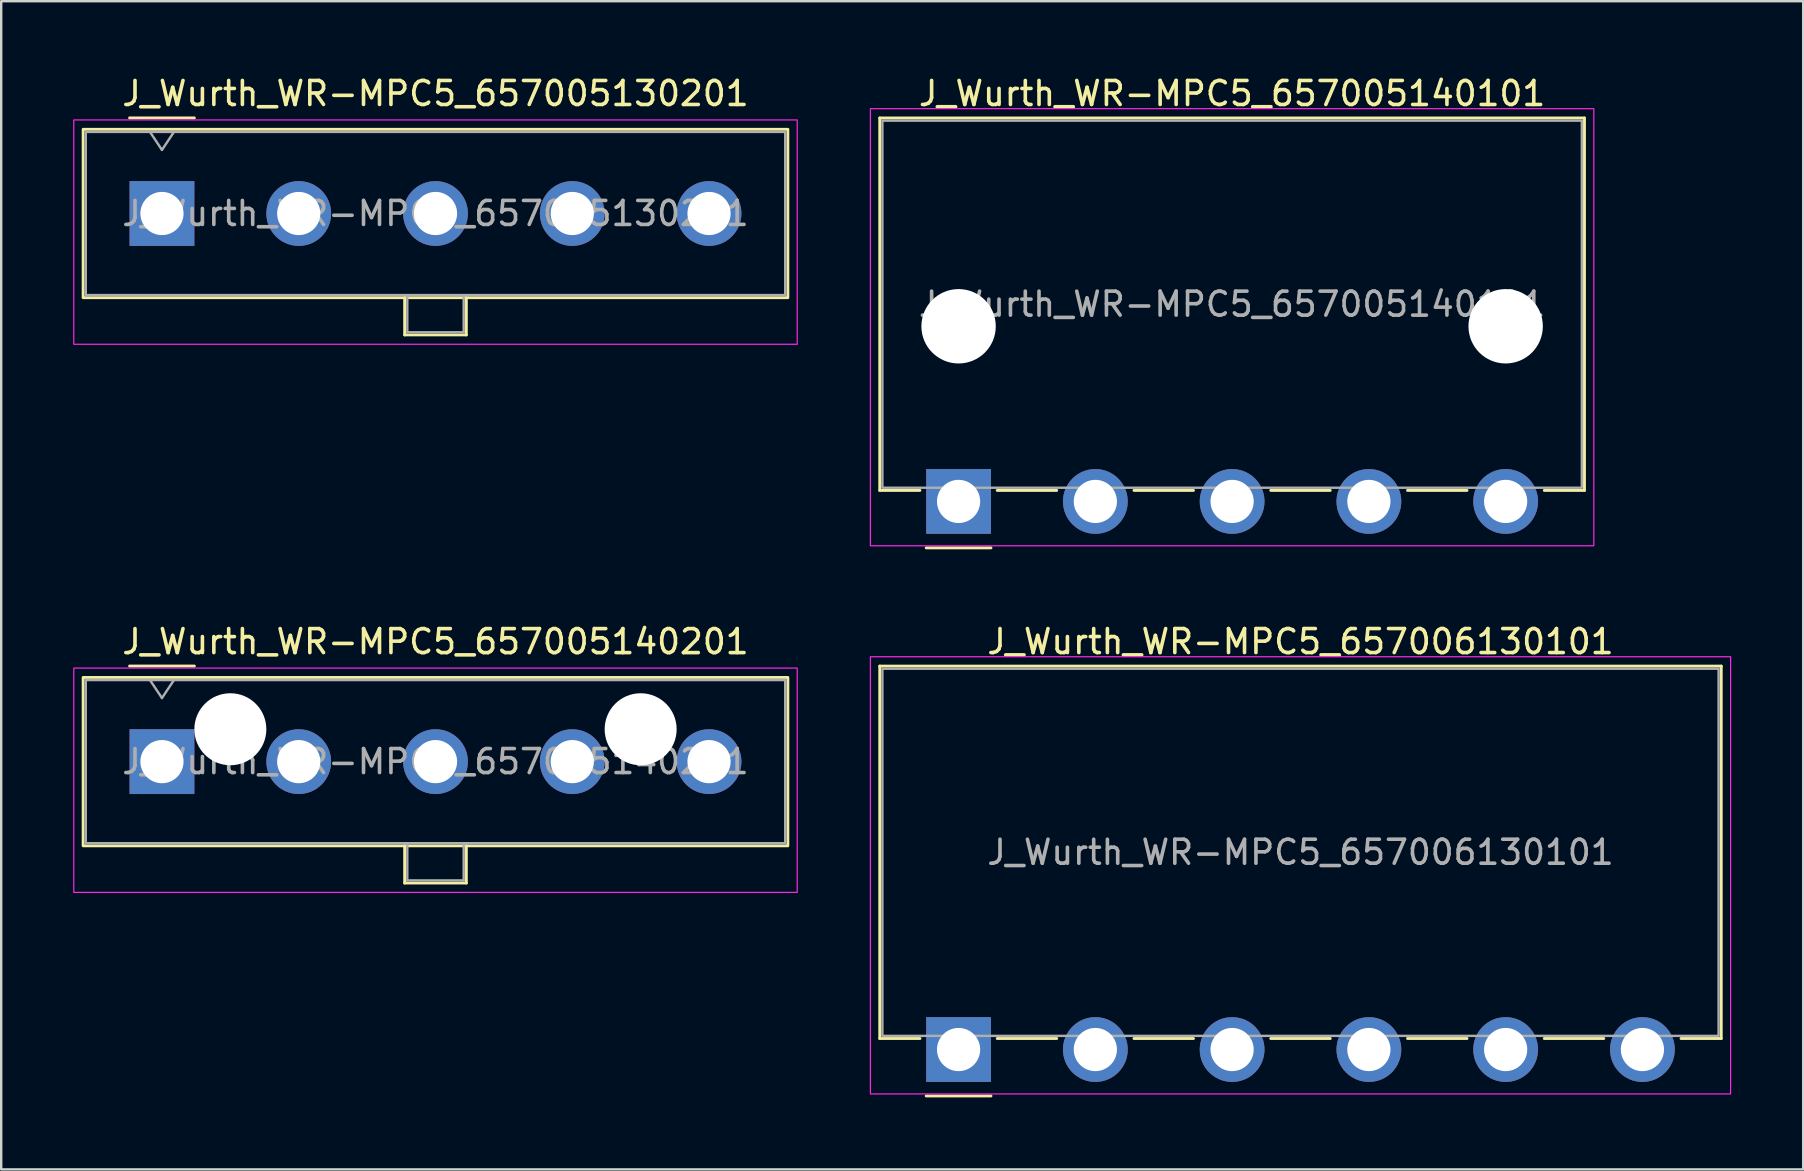
<source format=kicad_pcb>
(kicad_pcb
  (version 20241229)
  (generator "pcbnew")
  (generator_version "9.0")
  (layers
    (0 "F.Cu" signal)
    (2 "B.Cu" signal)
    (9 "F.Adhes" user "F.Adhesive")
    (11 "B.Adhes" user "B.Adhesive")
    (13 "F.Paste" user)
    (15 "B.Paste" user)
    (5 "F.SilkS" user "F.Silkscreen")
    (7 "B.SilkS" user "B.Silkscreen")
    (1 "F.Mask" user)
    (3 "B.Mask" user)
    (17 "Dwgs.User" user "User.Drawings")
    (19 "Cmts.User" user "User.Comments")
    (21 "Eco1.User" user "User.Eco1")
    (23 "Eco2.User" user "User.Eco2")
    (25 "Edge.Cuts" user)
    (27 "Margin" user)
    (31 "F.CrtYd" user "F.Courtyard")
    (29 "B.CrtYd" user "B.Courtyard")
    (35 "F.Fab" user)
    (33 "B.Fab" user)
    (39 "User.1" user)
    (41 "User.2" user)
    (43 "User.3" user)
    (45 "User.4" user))
  (footprint "J_Wurth_WR-MPC5_657005140101"
    (layer "F.Cu")
    (at 36.9 17.848)
    (property "Reference" "J_Wurth_WR-MPC5_657005140101" (at 11.4 -17 0) (unlocked yes) (layer "F.SilkS") (effects (font (size 1 1) (thickness 0.15))))
    (attr through_hole)
    (fp_line (start -3.285 -15.98) (end -3.285 -0.46) (stroke (width 0.12) (type solid)) (layer "F.SilkS"))
    (fp_line (start -3.285 -15.98) (end 26.085 -15.98) (stroke (width 0.12) (type solid)) (layer "F.SilkS"))
    (fp_line (start -1.61 -0.46) (end -3.285 -0.46) (stroke (width 0.12) (type solid)) (layer "F.SilkS"))
    (fp_line (start 1.35 1.935) (end -1.35 1.935) (stroke (width 0.12) (type solid)) (layer "F.SilkS"))
    (fp_line (start 4.09 -0.46) (end 1.61 -0.46) (stroke (width 0.12) (type solid)) (layer "F.SilkS"))
    (fp_line (start 9.79 -0.46) (end 7.31 -0.46) (stroke (width 0.12) (type solid)) (layer "F.SilkS"))
    (fp_line (start 15.49 -0.46) (end 13.01 -0.46) (stroke (width 0.12) (type solid)) (layer "F.SilkS"))
    (fp_line (start 21.19 -0.46) (end 18.71 -0.46) (stroke (width 0.12) (type solid)) (layer "F.SilkS"))
    (fp_line (start 24.41 -0.46) (end 26.085 -0.46) (stroke (width 0.12) (type solid)) (layer "F.SilkS"))
    (fp_line (start 26.085 -15.98) (end 26.085 -0.46) (stroke (width 0.12) (type solid)) (layer "F.SilkS"))
    (fp_rect (start -3.675 -16.37) (end 26.475 1.85) (stroke (width 0.05) (type solid)) (fill no) (layer "F.CrtYd"))
    (fp_line (start 0 0.18) (end -0.5 -0.57) (stroke (width 0.1) (type solid)) (layer "F.Fab"))
    (fp_line (start 0 0.18) (end 0.5 -0.57) (stroke (width 0.1) (type solid)) (layer "F.Fab"))
    (fp_rect (start -3.175 -15.87) (end 25.975 -0.57) (stroke (width 0.1) (type solid)) (fill no) (layer "F.Fab"))
    (fp_text user "${REFERENCE}" (at 11.4 -8.22 0) (unlocked yes) (layer "F.Fab") (effects (font (size 1 1) (thickness 0.15))))
    (pad "" np_thru_hole circle (at 0 -7.3) (size 3.1 3.1) (drill 3.1) (layers "*.Cu" "*.Mask"))
    (pad "" np_thru_hole circle (at 22.8 -7.3) (size 3.1 3.1) (drill 3.1) (layers "*.Cu" "*.Mask"))
    (pad "1" thru_hole rect (at 0 0 180) (size 2.7 2.7) (drill 1.8) (layers "*.Cu" "*.Mask"))
    (pad "2" thru_hole circle (at 5.7 0 180) (size 2.7 2.7) (drill 1.8) (layers "*.Cu" "*.Mask"))
    (pad "3" thru_hole circle (at 11.4 0 180) (size 2.7 2.7) (drill 1.8) (layers "*.Cu" "*.Mask"))
    (pad "4" thru_hole circle (at 17.1 0 180) (size 2.7 2.7) (drill 1.8) (layers "*.Cu" "*.Mask"))
    (pad "5" thru_hole circle (at 22.8 0 180) (size 2.7 2.7) (drill 1.8) (layers "*.Cu" "*.Mask")))
  (footprint "J_Wurth_WR-MPC5_657005130201"
    (layer "F.Cu")
    (at 3.7 5.848)
    (property "Reference" "J_Wurth_WR-MPC5_657005130201" (at 11.4 -5 0) (unlocked yes) (layer "F.SilkS") (effects (font (size 1 1) (thickness 0.15))))
    (attr through_hole)
    (fp_line (start -1.35 -3.985) (end 1.35 -3.985) (stroke (width 0.12) (type solid)) (layer "F.SilkS"))
    (fp_line (start 10.115 3.51) (end 10.115 5.06) (stroke (width 0.12) (type solid)) (layer "F.SilkS"))
    (fp_line (start 10.115 5.06) (end 12.685 5.06) (stroke (width 0.12) (type solid)) (layer "F.SilkS"))
    (fp_line (start 12.685 3.51) (end 12.685 5.06) (stroke (width 0.12) (type solid)) (layer "F.SilkS"))
    (fp_rect (start -3.285 -3.51) (end 26.085 3.51) (stroke (width 0.12) (type solid)) (fill no) (layer "F.SilkS"))
    (fp_rect (start -3.675 -3.9) (end 26.475 5.45) (stroke (width 0.05) (type solid)) (fill no) (layer "F.CrtYd"))
    (fp_line (start 0 -2.65) (end -0.5 -3.4) (stroke (width 0.1) (type solid)) (layer "F.Fab"))
    (fp_line (start 0 -2.65) (end 0.5 -3.4) (stroke (width 0.1) (type solid)) (layer "F.Fab"))
    (fp_line (start 10.225 4.95) (end 10.225 3.4) (stroke (width 0.1) (type solid)) (layer "F.Fab"))
    (fp_line (start 12.575 3.4) (end 12.575 4.95) (stroke (width 0.1) (type solid)) (layer "F.Fab"))
    (fp_line (start 12.575 4.95) (end 10.225 4.95) (stroke (width 0.1) (type solid)) (layer "F.Fab"))
    (fp_rect (start -3.175 -3.4) (end 25.975 3.4) (stroke (width 0.1) (type solid)) (fill no) (layer "F.Fab"))
    (fp_text user "${REFERENCE}" (at 11.4 0 0) (unlocked yes) (layer "F.Fab") (effects (font (size 1 1) (thickness 0.15))))
    (pad "1" thru_hole rect (at 0 0 180) (size 2.7 2.7) (drill 1.8) (layers "*.Cu" "*.Mask"))
    (pad "2" thru_hole circle (at 5.7 0 180) (size 2.7 2.7) (drill 1.8) (layers "*.Cu" "*.Mask"))
    (pad "3" thru_hole circle (at 11.4 0 180) (size 2.7 2.7) (drill 1.8) (layers "*.Cu" "*.Mask"))
    (pad "4" thru_hole circle (at 17.1 0 180) (size 2.7 2.7) (drill 1.8) (layers "*.Cu" "*.Mask"))
    (pad "5" thru_hole circle (at 22.8 0 180) (size 2.7 2.7) (drill 1.8) (layers "*.Cu" "*.Mask")))
  (footprint "J_Wurth_WR-MPC5_657005140201"
    (layer "F.Cu")
    (at 3.7 28.692)
    (property "Reference" "J_Wurth_WR-MPC5_657005140201" (at 11.4 -5 0) (unlocked yes) (layer "F.SilkS") (effects (font (size 1 1) (thickness 0.15))))
    (attr through_hole)
    (fp_line (start -1.35 -3.985) (end 1.35 -3.985) (stroke (width 0.12) (type solid)) (layer "F.SilkS"))
    (fp_line (start 10.115 3.51) (end 10.115 5.06) (stroke (width 0.12) (type solid)) (layer "F.SilkS"))
    (fp_line (start 10.115 5.06) (end 12.685 5.06) (stroke (width 0.12) (type solid)) (layer "F.SilkS"))
    (fp_line (start 12.685 3.51) (end 12.685 5.06) (stroke (width 0.12) (type solid)) (layer "F.SilkS"))
    (fp_rect (start -3.285 -3.51) (end 26.085 3.51) (stroke (width 0.12) (type solid)) (fill no) (layer "F.SilkS"))
    (fp_rect (start -3.675 -3.9) (end 26.475 5.45) (stroke (width 0.05) (type solid)) (fill no) (layer "F.CrtYd"))
    (fp_line (start 0 -2.65) (end -0.5 -3.4) (stroke (width 0.1) (type solid)) (layer "F.Fab"))
    (fp_line (start 0 -2.65) (end 0.5 -3.4) (stroke (width 0.1) (type solid)) (layer "F.Fab"))
    (fp_line (start 10.225 4.95) (end 10.225 3.4) (stroke (width 0.1) (type solid)) (layer "F.Fab"))
    (fp_line (start 12.575 3.4) (end 12.575 4.95) (stroke (width 0.1) (type solid)) (layer "F.Fab"))
    (fp_line (start 12.575 4.95) (end 10.225 4.95) (stroke (width 0.1) (type solid)) (layer "F.Fab"))
    (fp_rect (start -3.175 -3.4) (end 25.975 3.4) (stroke (width 0.1) (type solid)) (fill no) (layer "F.Fab"))
    (fp_text user "${REFERENCE}" (at 11.4 0 0) (unlocked yes) (layer "F.Fab") (effects (font (size 1 1) (thickness 0.15))))
    (pad "" np_thru_hole circle (at 2.85 -1.35) (size 3 3) (drill 3) (layers "*.Cu" "*.Mask"))
    (pad "" np_thru_hole circle (at 19.95 -1.35) (size 3 3) (drill 3) (layers "*.Cu" "*.Mask"))
    (pad "1" thru_hole rect (at 0 0 180) (size 2.7 2.7) (drill 1.8) (layers "*.Cu" "*.Mask"))
    (pad "2" thru_hole circle (at 5.7 0 180) (size 2.7 2.7) (drill 1.8) (layers "*.Cu" "*.Mask"))
    (pad "3" thru_hole circle (at 11.4 0 180) (size 2.7 2.7) (drill 1.8) (layers "*.Cu" "*.Mask"))
    (pad "4" thru_hole circle (at 17.1 0 180) (size 2.7 2.7) (drill 1.8) (layers "*.Cu" "*.Mask"))
    (pad "5" thru_hole circle (at 22.8 0 180) (size 2.7 2.7) (drill 1.8) (layers "*.Cu" "*.Mask")))
  (footprint "J_Wurth_WR-MPC5_657006130101"
    (layer "F.Cu")
    (at 36.9 40.691)
    (property "Reference" "J_Wurth_WR-MPC5_657006130101" (at 14.25 -17 0) (unlocked yes) (layer "F.SilkS") (effects (font (size 1 1) (thickness 0.15))))
    (attr through_hole)
    (fp_line (start -3.285 -15.98) (end -3.285 -0.46) (stroke (width 0.12) (type solid)) (layer "F.SilkS"))
    (fp_line (start -3.285 -15.98) (end 31.785 -15.98) (stroke (width 0.12) (type solid)) (layer "F.SilkS"))
    (fp_line (start -1.61 -0.46) (end -3.285 -0.46) (stroke (width 0.12) (type solid)) (layer "F.SilkS"))
    (fp_line (start 1.35 1.935) (end -1.35 1.935) (stroke (width 0.12) (type solid)) (layer "F.SilkS"))
    (fp_line (start 4.09 -0.46) (end 1.61 -0.46) (stroke (width 0.12) (type solid)) (layer "F.SilkS"))
    (fp_line (start 9.79 -0.46) (end 7.31 -0.46) (stroke (width 0.12) (type solid)) (layer "F.SilkS"))
    (fp_line (start 15.49 -0.46) (end 13.01 -0.46) (stroke (width 0.12) (type solid)) (layer "F.SilkS"))
    (fp_line (start 21.19 -0.46) (end 18.71 -0.46) (stroke (width 0.12) (type solid)) (layer "F.SilkS"))
    (fp_line (start 26.89 -0.46) (end 24.41 -0.46) (stroke (width 0.12) (type solid)) (layer "F.SilkS"))
    (fp_line (start 30.11 -0.46) (end 31.785 -0.46) (stroke (width 0.12) (type solid)) (layer "F.SilkS"))
    (fp_line (start 31.785 -15.98) (end 31.785 -0.46) (stroke (width 0.12) (type solid)) (layer "F.SilkS"))
    (fp_rect (start -3.675 -16.37) (end 32.175 1.85) (stroke (width 0.05) (type solid)) (fill no) (layer "F.CrtYd"))
    (fp_line (start 0 0.18) (end -0.5 -0.57) (stroke (width 0.1) (type solid)) (layer "F.Fab"))
    (fp_line (start 0 0.18) (end 0.5 -0.57) (stroke (width 0.1) (type solid)) (layer "F.Fab"))
    (fp_rect (start -3.175 -15.87) (end 31.675 -0.57) (stroke (width 0.1) (type solid)) (fill no) (layer "F.Fab"))
    (fp_text user "${REFERENCE}" (at 14.25 -8.22 0) (unlocked yes) (layer "F.Fab") (effects (font (size 1 1) (thickness 0.15))))
    (pad "1" thru_hole rect (at 0 0 180) (size 2.7 2.7) (drill 1.8) (layers "*.Cu" "*.Mask"))
    (pad "2" thru_hole circle (at 5.7 0 180) (size 2.7 2.7) (drill 1.8) (layers "*.Cu" "*.Mask"))
    (pad "3" thru_hole circle (at 11.4 0 180) (size 2.7 2.7) (drill 1.8) (layers "*.Cu" "*.Mask"))
    (pad "4" thru_hole circle (at 17.1 0 180) (size 2.7 2.7) (drill 1.8) (layers "*.Cu" "*.Mask"))
    (pad "5" thru_hole circle (at 22.8 0 180) (size 2.7 2.7) (drill 1.8) (layers "*.Cu" "*.Mask"))
    (pad "6" thru_hole circle (at 28.5 0 180) (size 2.7 2.7) (drill 1.8) (layers "*.Cu" "*.Mask")))
  (gr_rect
    (start -3 -3)
    (end 72.1 45.687)
    (stroke (width 0.1) (type default))
    (fill no)
    (layer "Edge.Cuts")))
</source>
